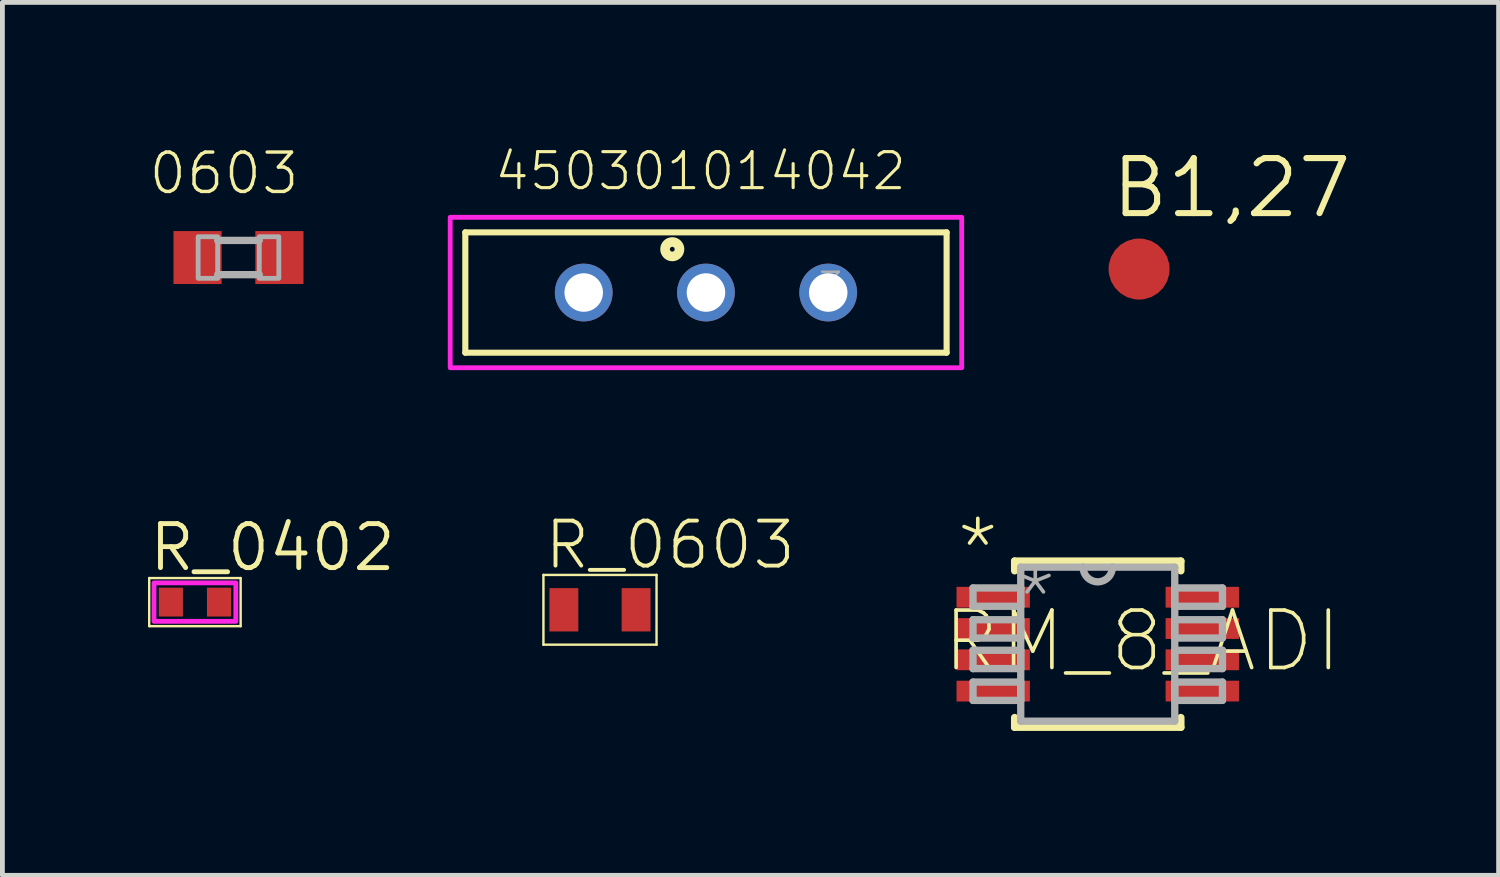
<source format=kicad_pcb>
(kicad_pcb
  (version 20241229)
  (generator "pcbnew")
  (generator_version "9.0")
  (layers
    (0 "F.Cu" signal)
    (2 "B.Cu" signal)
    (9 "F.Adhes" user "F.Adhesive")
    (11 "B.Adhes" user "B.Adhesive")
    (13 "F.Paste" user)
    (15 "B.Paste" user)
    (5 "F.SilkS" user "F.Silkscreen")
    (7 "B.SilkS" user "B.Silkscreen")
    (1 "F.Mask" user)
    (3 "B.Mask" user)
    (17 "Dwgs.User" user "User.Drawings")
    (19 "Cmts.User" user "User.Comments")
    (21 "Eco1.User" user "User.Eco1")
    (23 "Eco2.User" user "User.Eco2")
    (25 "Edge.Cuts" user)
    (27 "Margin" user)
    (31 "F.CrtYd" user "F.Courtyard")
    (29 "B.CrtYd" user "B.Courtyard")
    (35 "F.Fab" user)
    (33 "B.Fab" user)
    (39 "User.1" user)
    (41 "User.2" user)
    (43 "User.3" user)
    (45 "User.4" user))
  (footprint "0603"
    (layer "F.Cu")
    (at 1.905 2.301)
    (property "Reference" "0603" (at -1.905 -1.27 0) (unlocked yes) (layer "F.SilkS") (effects (font (size 0.818 0.818) (thickness 0.071)) (justify left bottom)))
    (fp_line (start -0.432 0.356) (end 0.432 0.356) (stroke (width 0.152) (type solid)) (layer "F.Fab"))
    (fp_line (start 0.432 -0.356) (end -0.432 -0.356) (stroke (width 0.152) (type solid)) (layer "F.Fab"))
    (fp_poly (pts (xy -0.838 0.432) (xy -0.432 0.432) (xy -0.432 -0.432) (xy -0.838 -0.432)) (stroke (width 0.1) (type default)) (fill no) (layer "F.Fab"))
    (fp_poly (pts (xy 0.432 0.432) (xy 0.838 0.432) (xy 0.838 -0.432) (xy 0.432 -0.432)) (stroke (width 0.1) (type default)) (fill no) (layer "F.Fab"))
    (pad "1" smd rect (at -0.85 0) (size 1 1.1) (layers "F.Cu" "F.Mask" "F.Paste"))
    (pad "2" smd rect (at 0.85 0) (size 1 1.1) (layers "F.Cu" "F.Mask" "F.Paste")))
  (footprint "R_0603"
    (layer "F.Cu")
    (at 9.416 9.62)
    (property "Reference" "R_0603" (at -1.2 -0.8 0) (unlocked yes) (layer "F.SilkS") (effects (font (size 0.935 0.935) (thickness 0.081)) (justify left bottom)))
    (fp_line (start -1.175 -0.725) (end -1.175 0.725) (stroke (width 0.05) (type solid)) (layer "F.SilkS"))
    (fp_line (start -1.175 0.725) (end 1.175 0.725) (stroke (width 0.05) (type solid)) (layer "F.SilkS"))
    (fp_line (start 1.175 -0.725) (end -1.175 -0.725) (stroke (width 0.05) (type solid)) (layer "F.SilkS"))
    (fp_line (start 1.175 0.725) (end 1.175 -0.725) (stroke (width 0.05) (type solid)) (layer "F.SilkS"))
    (pad "P$1" smd rect (at -0.75 0) (size 0.6 0.9) (layers "F.Cu" "F.Mask" "F.Paste"))
    (pad "P$2" smd rect (at 0.75 0) (size 0.6 0.9) (layers "F.Cu" "F.Mask" "F.Paste")))
  (footprint "B1,27"
    (layer "F.Cu")
    (at 20.617 2.54)
    (property "Reference" "B1,27" (at -0.635 -1.016 0) (unlocked yes) (layer "F.SilkS") (effects (font (size 1.143 1.143) (thickness 0.127)) (justify left bottom)))
    (pad "TP" smd roundrect (at 0 0) (size 1.27 1.27) (layers "F.Cu" "F.Mask") (roundrect_rratio 0.5)))
  (footprint "RM_8_ADI"
    (layer "F.Cu")
    (at 19.758 10.334)
    (property "Reference" "RM_8_ADI" (at -3.277 0.635 0) (unlocked yes) (layer "F.SilkS") (effects (font (size 1.194 1.194) (thickness 0.076)) (justify left bottom)))
    (fp_line (start -1.727 -1.727) (end -1.727 -1.524) (stroke (width 0.152) (type solid)) (layer "F.SilkS"))
    (fp_line (start -1.727 1.524) (end -1.727 1.727) (stroke (width 0.152) (type solid)) (layer "F.SilkS"))
    (fp_line (start -1.727 1.727) (end 1.727 1.727) (stroke (width 0.152) (type solid)) (layer "F.SilkS"))
    (fp_line (start 1.727 -1.727) (end -1.727 -1.727) (stroke (width 0.152) (type solid)) (layer "F.SilkS"))
    (fp_line (start 1.727 -1.524) (end 1.727 -1.727) (stroke (width 0.152) (type solid)) (layer "F.SilkS"))
    (fp_line (start 1.727 1.727) (end 1.727 1.524) (stroke (width 0.152) (type solid)) (layer "F.SilkS"))
    (fp_line (start -2.591 -1.168) (end -2.591 -0.787) (stroke (width 0.152) (type solid)) (layer "F.Fab"))
    (fp_line (start -2.591 -0.787) (end -1.6 -0.787) (stroke (width 0.152) (type solid)) (layer "F.Fab"))
    (fp_line (start -2.591 -0.508) (end -2.591 -0.127) (stroke (width 0.152) (type solid)) (layer "F.Fab"))
    (fp_line (start -2.591 -0.127) (end -1.6 -0.127) (stroke (width 0.152) (type solid)) (layer "F.Fab"))
    (fp_line (start -2.591 0.127) (end -2.591 0.508) (stroke (width 0.152) (type solid)) (layer "F.Fab"))
    (fp_line (start -2.591 0.508) (end -1.6 0.508) (stroke (width 0.152) (type solid)) (layer "F.Fab"))
    (fp_line (start -2.591 0.787) (end -2.591 1.168) (stroke (width 0.152) (type solid)) (layer "F.Fab"))
    (fp_line (start -2.591 1.168) (end -1.6 1.168) (stroke (width 0.152) (type solid)) (layer "F.Fab"))
    (fp_line (start -1.6 -1.6) (end -1.6 1.6) (stroke (width 0.152) (type solid)) (layer "F.Fab"))
    (fp_line (start -1.6 -1.168) (end -2.591 -1.168) (stroke (width 0.152) (type solid)) (layer "F.Fab"))
    (fp_line (start -1.6 -0.787) (end -1.6 -1.168) (stroke (width 0.152) (type solid)) (layer "F.Fab"))
    (fp_line (start -1.6 -0.508) (end -2.591 -0.508) (stroke (width 0.152) (type solid)) (layer "F.Fab"))
    (fp_line (start -1.6 -0.127) (end -1.6 -0.508) (stroke (width 0.152) (type solid)) (layer "F.Fab"))
    (fp_line (start -1.6 0.127) (end -2.591 0.127) (stroke (width 0.152) (type solid)) (layer "F.Fab"))
    (fp_line (start -1.6 0.508) (end -1.6 0.127) (stroke (width 0.152) (type solid)) (layer "F.Fab"))
    (fp_line (start -1.6 0.787) (end -2.591 0.787) (stroke (width 0.152) (type solid)) (layer "F.Fab"))
    (fp_line (start -1.6 1.168) (end -1.6 0.787) (stroke (width 0.152) (type solid)) (layer "F.Fab"))
    (fp_line (start -1.6 1.6) (end 1.6 1.6) (stroke (width 0.152) (type solid)) (layer "F.Fab"))
    (fp_line (start -0.305 -1.6) (end -1.6 -1.6) (stroke (width 0.152) (type solid)) (layer "F.Fab"))
    (fp_line (start 0.305 -1.6) (end -0.305 -1.6) (stroke (width 0.152) (type solid)) (layer "F.Fab"))
    (fp_line (start 1.6 -1.6) (end 0.305 -1.6) (stroke (width 0.152) (type solid)) (layer "F.Fab"))
    (fp_line (start 1.6 -1.168) (end 1.6 -0.787) (stroke (width 0.152) (type solid)) (layer "F.Fab"))
    (fp_line (start 1.6 -0.787) (end 2.591 -0.787) (stroke (width 0.152) (type solid)) (layer "F.Fab"))
    (fp_line (start 1.6 -0.508) (end 1.6 -0.127) (stroke (width 0.152) (type solid)) (layer "F.Fab"))
    (fp_line (start 1.6 -0.127) (end 2.591 -0.127) (stroke (width 0.152) (type solid)) (layer "F.Fab"))
    (fp_line (start 1.6 0.127) (end 1.6 0.508) (stroke (width 0.152) (type solid)) (layer "F.Fab"))
    (fp_line (start 1.6 0.508) (end 2.591 0.508) (stroke (width 0.152) (type solid)) (layer "F.Fab"))
    (fp_line (start 1.6 0.787) (end 1.6 1.168) (stroke (width 0.152) (type solid)) (layer "F.Fab"))
    (fp_line (start 1.6 1.168) (end 2.591 1.168) (stroke (width 0.152) (type solid)) (layer "F.Fab"))
    (fp_line (start 1.6 1.6) (end 1.6 -1.6) (stroke (width 0.152) (type solid)) (layer "F.Fab"))
    (fp_line (start 2.591 -1.168) (end 1.6 -1.168) (stroke (width 0.152) (type solid)) (layer "F.Fab"))
    (fp_line (start 2.591 -0.787) (end 2.591 -1.168) (stroke (width 0.152) (type solid)) (layer "F.Fab"))
    (fp_line (start 2.591 -0.508) (end 1.6 -0.508) (stroke (width 0.152) (type solid)) (layer "F.Fab"))
    (fp_line (start 2.591 -0.127) (end 2.591 -0.508) (stroke (width 0.152) (type solid)) (layer "F.Fab"))
    (fp_line (start 2.591 0.127) (end 1.6 0.127) (stroke (width 0.152) (type solid)) (layer "F.Fab"))
    (fp_line (start 2.591 0.508) (end 2.591 0.127) (stroke (width 0.152) (type solid)) (layer "F.Fab"))
    (fp_line (start 2.591 0.787) (end 1.6 0.787) (stroke (width 0.152) (type solid)) (layer "F.Fab"))
    (fp_line (start 2.591 1.168) (end 2.591 0.787) (stroke (width 0.152) (type solid)) (layer "F.Fab"))
    (fp_arc (start 0.3048 -1.6002) (mid 0 -1.2954) (end -0.3048 -1.6002) (stroke (width 0.1524) (type solid)) (layer "F.Fab"))
    (fp_text user "*" (at -2.997 -1.27 0) (layer "F.SilkS") (effects (font (size 1.194 1.194) (thickness 0.076)) (justify left bottom)))
    (fp_text user "*" (at -1.803 -0.254 0) (layer "F.Fab") (effects (font (size 1.194 1.194) (thickness 0.076)) (justify left bottom)))
    (pad "1" smd rect (at -2.172 -0.975) (size 1.524 0.432) (layers "F.Cu" "F.Mask" "F.Paste"))
    (pad "2" smd rect (at -2.172 -0.325) (size 1.524 0.432) (layers "F.Cu" "F.Mask" "F.Paste"))
    (pad "3" smd rect (at -2.172 0.325) (size 1.524 0.432) (layers "F.Cu" "F.Mask" "F.Paste"))
    (pad "4" smd rect (at -2.172 0.975) (size 1.524 0.432) (layers "F.Cu" "F.Mask" "F.Paste"))
    (pad "5" smd rect (at 2.172 0.975) (size 1.524 0.432) (layers "F.Cu" "F.Mask" "F.Paste"))
    (pad "6" smd rect (at 2.172 0.325) (size 1.524 0.432) (layers "F.Cu" "F.Mask" "F.Paste"))
    (pad "7" smd rect (at 2.172 -0.325) (size 1.524 0.432) (layers "F.Cu" "F.Mask" "F.Paste"))
    (pad "8" smd rect (at 2.172 -0.975) (size 1.524 0.432) (layers "F.Cu" "F.Mask" "F.Paste")))
  (footprint "R_0402"
    (layer "F.Cu")
    (at 1 9.46)
    (property "Reference" "R_0402" (at -1 -0.6 0) (unlocked yes) (layer "F.SilkS") (effects (font (size 0.914 0.914) (thickness 0.102)) (justify left bottom)))
    (fp_line (start -0.95 -0.5) (end 0.95 -0.5) (stroke (width 0.05) (type solid)) (layer "F.SilkS"))
    (fp_line (start -0.95 0.5) (end -0.95 -0.5) (stroke (width 0.05) (type solid)) (layer "F.SilkS"))
    (fp_line (start 0.95 -0.5) (end 0.95 0.5) (stroke (width 0.05) (type solid)) (layer "F.SilkS"))
    (fp_line (start 0.95 0.5) (end -0.95 0.5) (stroke (width 0.05) (type solid)) (layer "F.SilkS"))
    (fp_poly (pts (xy -0.85 0.4) (xy 0.85 0.4) (xy 0.85 -0.4) (xy -0.85 -0.4)) (stroke (width 0.1) (type default)) (fill no) (layer "F.CrtYd"))
    (pad "P$1" smd rect (at -0.5 0) (size 0.5 0.6) (layers "F.Cu" "F.Mask" "F.Paste"))
    (pad "P$2" smd rect (at 0.5 0) (size 0.5 0.6) (layers "F.Cu" "F.Mask" "F.Paste")))
  (footprint "450301014042"
    (layer "F.Cu")
    (at 11.618 3.028)
    (property "Reference" "450301014042" (at -0.112 -2.085 0) (unlocked yes) (layer "F.SilkS") (effects (font (size 0.748 0.748) (thickness 0.065)) (justify bottom)))
    (fp_line (start -5 -1.25) (end -5 1.25) (stroke (width 0.127) (type solid)) (layer "F.SilkS"))
    (fp_line (start -5 1.25) (end 5 1.25) (stroke (width 0.127) (type solid)) (layer "F.SilkS"))
    (fp_line (start 5 -1.25) (end -5 -1.25) (stroke (width 0.127) (type solid)) (layer "F.SilkS"))
    (fp_line (start 5 1.25) (end 5 -1.25) (stroke (width 0.127) (type solid)) (layer "F.SilkS"))
    (fp_circle (center -0.7 -0.9) (end -0.65 -0.9) (stroke (width 0.2) (type solid)) (fill no) (layer "F.SilkS"))
    (fp_poly (pts (xy 5.314 1.563) (xy -5.314 1.563) (xy -5.314 -1.563) (xy 5.314 -1.563)) (stroke (width 0.1) (type default)) (fill no) (layer "F.CrtYd"))
    (fp_text user "2" (at -2.8 0.3 0) (layer "F.Fab") (effects (font (size 0.561 0.561) (thickness 0.049)) (justify left bottom)))
    (fp_text user "1" (at -0.2 0.3 0) (layer "F.Fab") (effects (font (size 0.561 0.561) (thickness 0.049)) (justify left bottom)))
    (fp_text user "3" (at 2.3 0.2 0) (layer "F.Fab") (effects (font (size 0.561 0.561) (thickness 0.049)) (justify left bottom)))
    (pad "1" thru_hole circle (at 0 0) (size 1.2 1.2) (drill 0.8) (layers "*.Cu" "*.Mask"))
    (pad "2" thru_hole circle (at -2.54 0) (size 1.2 1.2) (drill 0.8) (layers "*.Cu" "*.Mask"))
    (pad "3" thru_hole circle (at 2.54 0) (size 1.2 1.2) (drill 0.8) (layers "*.Cu" "*.Mask")))
  (gr_rect
    (start -3 -3)
    (end 28.087 15.137)
    (stroke (width 0.1) (type default))
    (fill no)
    (layer "Edge.Cuts")))
</source>
